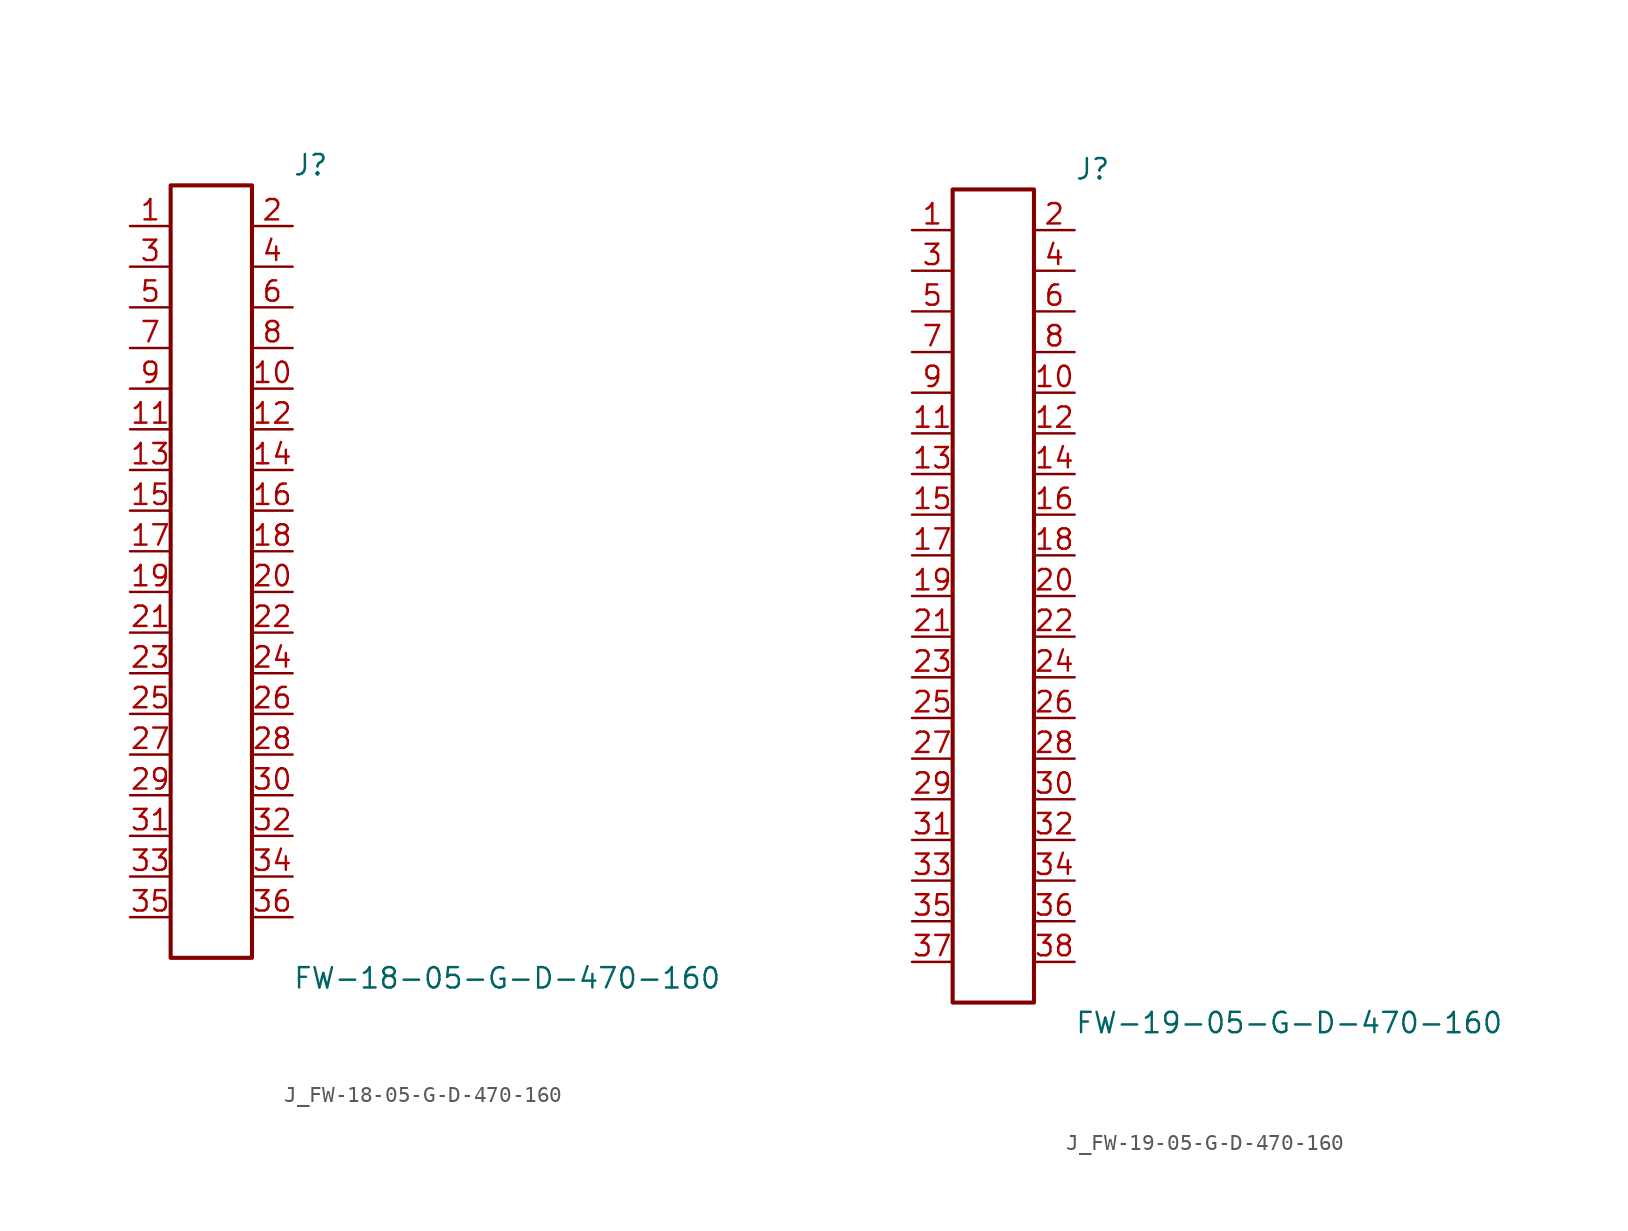
<source format=kicad_sym>
(kicad_symbol_lib
  (version 20231120)
  (generator kicad_symbol_editor)
  (generator_version 8.0)
  (symbol "J_FW-18-05-G-D-470-160"
    (pin_names
      (offset 0.254))
    (property "Reference" "J"
      (at 5.08 25.4 0)
      (effects (font (size 1.27 1.27)) (justify left)))
    (property "Value" "FW-18-05-G-D-470-160"
      (at 5.08 -25.4 0)
      (effects (font (size 1.27 1.27)) (justify left)))
    (symbol "J_FW-18-05-G-D-470-160_0_0"
      (pin unspecified line (at -5.08 21.59 0) (length 2.54) (name "" (effects (font (size 1.27 1.27)))) (number "1" (effects (font (size 1.27 1.27)))))
      (pin unspecified line (at 5.08 21.59 180) (length 2.54) (name "" (effects (font (size 1.27 1.27)))) (number "2" (effects (font (size 1.27 1.27)))))
      (pin unspecified line (at -5.08 19.05 0) (length 2.54) (name "" (effects (font (size 1.27 1.27)))) (number "3" (effects (font (size 1.27 1.27)))))
      (pin unspecified line (at 5.08 19.05 180) (length 2.54) (name "" (effects (font (size 1.27 1.27)))) (number "4" (effects (font (size 1.27 1.27)))))
      (pin unspecified line (at -5.08 16.51 0) (length 2.54) (name "" (effects (font (size 1.27 1.27)))) (number "5" (effects (font (size 1.27 1.27)))))
      (pin unspecified line (at 5.08 16.51 180) (length 2.54) (name "" (effects (font (size 1.27 1.27)))) (number "6" (effects (font (size 1.27 1.27)))))
      (pin unspecified line (at -5.08 13.97 0) (length 2.54) (name "" (effects (font (size 1.27 1.27)))) (number "7" (effects (font (size 1.27 1.27)))))
      (pin unspecified line (at 5.08 13.97 180) (length 2.54) (name "" (effects (font (size 1.27 1.27)))) (number "8" (effects (font (size 1.27 1.27)))))
      (pin unspecified line (at -5.08 11.43 0) (length 2.54) (name "" (effects (font (size 1.27 1.27)))) (number "9" (effects (font (size 1.27 1.27)))))
      (pin unspecified line (at 5.08 11.43 180) (length 2.54) (name "" (effects (font (size 1.27 1.27)))) (number "10" (effects (font (size 1.27 1.27)))))
      (pin unspecified line (at -5.08 8.89 0) (length 2.54) (name "" (effects (font (size 1.27 1.27)))) (number "11" (effects (font (size 1.27 1.27)))))
      (pin unspecified line (at 5.08 8.89 180) (length 2.54) (name "" (effects (font (size 1.27 1.27)))) (number "12" (effects (font (size 1.27 1.27)))))
      (pin unspecified line (at -5.08 6.35 0) (length 2.54) (name "" (effects (font (size 1.27 1.27)))) (number "13" (effects (font (size 1.27 1.27)))))
      (pin unspecified line (at 5.08 6.35 180) (length 2.54) (name "" (effects (font (size 1.27 1.27)))) (number "14" (effects (font (size 1.27 1.27)))))
      (pin unspecified line (at -5.08 3.81 0) (length 2.54) (name "" (effects (font (size 1.27 1.27)))) (number "15" (effects (font (size 1.27 1.27)))))
      (pin unspecified line (at 5.08 3.81 180) (length 2.54) (name "" (effects (font (size 1.27 1.27)))) (number "16" (effects (font (size 1.27 1.27)))))
      (pin unspecified line (at -5.08 1.27 0) (length 2.54) (name "" (effects (font (size 1.27 1.27)))) (number "17" (effects (font (size 1.27 1.27)))))
      (pin unspecified line (at 5.08 1.27 180) (length 2.54) (name "" (effects (font (size 1.27 1.27)))) (number "18" (effects (font (size 1.27 1.27)))))
      (pin unspecified line (at -5.08 -1.27 0) (length 2.54) (name "" (effects (font (size 1.27 1.27)))) (number "19" (effects (font (size 1.27 1.27)))))
      (pin unspecified line (at 5.08 -1.27 180) (length 2.54) (name "" (effects (font (size 1.27 1.27)))) (number "20" (effects (font (size 1.27 1.27)))))
      (pin unspecified line (at -5.08 -3.81 0) (length 2.54) (name "" (effects (font (size 1.27 1.27)))) (number "21" (effects (font (size 1.27 1.27)))))
      (pin unspecified line (at 5.08 -3.81 180) (length 2.54) (name "" (effects (font (size 1.27 1.27)))) (number "22" (effects (font (size 1.27 1.27)))))
      (pin unspecified line (at -5.08 -6.35 0) (length 2.54) (name "" (effects (font (size 1.27 1.27)))) (number "23" (effects (font (size 1.27 1.27)))))
      (pin unspecified line (at 5.08 -6.35 180) (length 2.54) (name "" (effects (font (size 1.27 1.27)))) (number "24" (effects (font (size 1.27 1.27)))))
      (pin unspecified line (at -5.08 -8.89 0) (length 2.54) (name "" (effects (font (size 1.27 1.27)))) (number "25" (effects (font (size 1.27 1.27)))))
      (pin unspecified line (at 5.08 -8.89 180) (length 2.54) (name "" (effects (font (size 1.27 1.27)))) (number "26" (effects (font (size 1.27 1.27)))))
      (pin unspecified line (at -5.08 -11.43 0) (length 2.54) (name "" (effects (font (size 1.27 1.27)))) (number "27" (effects (font (size 1.27 1.27)))))
      (pin unspecified line (at 5.08 -11.43 180) (length 2.54) (name "" (effects (font (size 1.27 1.27)))) (number "28" (effects (font (size 1.27 1.27)))))
      (pin unspecified line (at -5.08 -13.97 0) (length 2.54) (name "" (effects (font (size 1.27 1.27)))) (number "29" (effects (font (size 1.27 1.27)))))
      (pin unspecified line (at 5.08 -13.97 180) (length 2.54) (name "" (effects (font (size 1.27 1.27)))) (number "30" (effects (font (size 1.27 1.27)))))
      (pin unspecified line (at -5.08 -16.51 0) (length 2.54) (name "" (effects (font (size 1.27 1.27)))) (number "31" (effects (font (size 1.27 1.27)))))
      (pin unspecified line (at 5.08 -16.51 180) (length 2.54) (name "" (effects (font (size 1.27 1.27)))) (number "32" (effects (font (size 1.27 1.27)))))
      (pin unspecified line (at -5.08 -19.05 0) (length 2.54) (name "" (effects (font (size 1.27 1.27)))) (number "33" (effects (font (size 1.27 1.27)))))
      (pin unspecified line (at 5.08 -19.05 180) (length 2.54) (name "" (effects (font (size 1.27 1.27)))) (number "34" (effects (font (size 1.27 1.27)))))
      (pin unspecified line (at -5.08 -21.59 0) (length 2.54) (name "" (effects (font (size 1.27 1.27)))) (number "35" (effects (font (size 1.27 1.27)))))
      (pin unspecified line (at 5.08 -21.59 180) (length 2.54) (name "" (effects (font (size 1.27 1.27)))) (number "36" (effects (font (size 1.27 1.27))))))
    (symbol "J_FW-18-05-G-D-470-160_1_0"
      (rectangle (start -2.54 24.13) (end 2.54 -24.13) (stroke (width 0.254) (type solid)) (fill (type none)))))
  (symbol "J_FW-19-05-G-D-470-160"
    (pin_names
      (offset 0.254))
    (property "Reference" "J"
      (at 5.08 26.67 0)
      (effects (font (size 1.27 1.27)) (justify left)))
    (property "Value" "FW-19-05-G-D-470-160"
      (at 5.08 -26.67 0)
      (effects (font (size 1.27 1.27)) (justify left)))
    (symbol "J_FW-19-05-G-D-470-160_0_0"
      (pin unspecified line (at -5.08 22.86 0) (length 2.54) (name "" (effects (font (size 1.27 1.27)))) (number "1" (effects (font (size 1.27 1.27)))))
      (pin unspecified line (at 5.08 22.86 180) (length 2.54) (name "" (effects (font (size 1.27 1.27)))) (number "2" (effects (font (size 1.27 1.27)))))
      (pin unspecified line (at -5.08 20.32 0) (length 2.54) (name "" (effects (font (size 1.27 1.27)))) (number "3" (effects (font (size 1.27 1.27)))))
      (pin unspecified line (at 5.08 20.32 180) (length 2.54) (name "" (effects (font (size 1.27 1.27)))) (number "4" (effects (font (size 1.27 1.27)))))
      (pin unspecified line (at -5.08 17.78 0) (length 2.54) (name "" (effects (font (size 1.27 1.27)))) (number "5" (effects (font (size 1.27 1.27)))))
      (pin unspecified line (at 5.08 17.78 180) (length 2.54) (name "" (effects (font (size 1.27 1.27)))) (number "6" (effects (font (size 1.27 1.27)))))
      (pin unspecified line (at -5.08 15.24 0) (length 2.54) (name "" (effects (font (size 1.27 1.27)))) (number "7" (effects (font (size 1.27 1.27)))))
      (pin unspecified line (at 5.08 15.24 180) (length 2.54) (name "" (effects (font (size 1.27 1.27)))) (number "8" (effects (font (size 1.27 1.27)))))
      (pin unspecified line (at -5.08 12.7 0) (length 2.54) (name "" (effects (font (size 1.27 1.27)))) (number "9" (effects (font (size 1.27 1.27)))))
      (pin unspecified line (at 5.08 12.7 180) (length 2.54) (name "" (effects (font (size 1.27 1.27)))) (number "10" (effects (font (size 1.27 1.27)))))
      (pin unspecified line (at -5.08 10.16 0) (length 2.54) (name "" (effects (font (size 1.27 1.27)))) (number "11" (effects (font (size 1.27 1.27)))))
      (pin unspecified line (at 5.08 10.16 180) (length 2.54) (name "" (effects (font (size 1.27 1.27)))) (number "12" (effects (font (size 1.27 1.27)))))
      (pin unspecified line (at -5.08 7.62 0) (length 2.54) (name "" (effects (font (size 1.27 1.27)))) (number "13" (effects (font (size 1.27 1.27)))))
      (pin unspecified line (at 5.08 7.62 180) (length 2.54) (name "" (effects (font (size 1.27 1.27)))) (number "14" (effects (font (size 1.27 1.27)))))
      (pin unspecified line (at -5.08 5.08 0) (length 2.54) (name "" (effects (font (size 1.27 1.27)))) (number "15" (effects (font (size 1.27 1.27)))))
      (pin unspecified line (at 5.08 5.08 180) (length 2.54) (name "" (effects (font (size 1.27 1.27)))) (number "16" (effects (font (size 1.27 1.27)))))
      (pin unspecified line (at -5.08 2.54 0) (length 2.54) (name "" (effects (font (size 1.27 1.27)))) (number "17" (effects (font (size 1.27 1.27)))))
      (pin unspecified line (at 5.08 2.54 180) (length 2.54) (name "" (effects (font (size 1.27 1.27)))) (number "18" (effects (font (size 1.27 1.27)))))
      (pin unspecified line (at -5.08 0.0 0) (length 2.54) (name "" (effects (font (size 1.27 1.27)))) (number "19" (effects (font (size 1.27 1.27)))))
      (pin unspecified line (at 5.08 0.0 180) (length 2.54) (name "" (effects (font (size 1.27 1.27)))) (number "20" (effects (font (size 1.27 1.27)))))
      (pin unspecified line (at -5.08 -2.54 0) (length 2.54) (name "" (effects (font (size 1.27 1.27)))) (number "21" (effects (font (size 1.27 1.27)))))
      (pin unspecified line (at 5.08 -2.54 180) (length 2.54) (name "" (effects (font (size 1.27 1.27)))) (number "22" (effects (font (size 1.27 1.27)))))
      (pin unspecified line (at -5.08 -5.08 0) (length 2.54) (name "" (effects (font (size 1.27 1.27)))) (number "23" (effects (font (size 1.27 1.27)))))
      (pin unspecified line (at 5.08 -5.08 180) (length 2.54) (name "" (effects (font (size 1.27 1.27)))) (number "24" (effects (font (size 1.27 1.27)))))
      (pin unspecified line (at -5.08 -7.62 0) (length 2.54) (name "" (effects (font (size 1.27 1.27)))) (number "25" (effects (font (size 1.27 1.27)))))
      (pin unspecified line (at 5.08 -7.62 180) (length 2.54) (name "" (effects (font (size 1.27 1.27)))) (number "26" (effects (font (size 1.27 1.27)))))
      (pin unspecified line (at -5.08 -10.16 0) (length 2.54) (name "" (effects (font (size 1.27 1.27)))) (number "27" (effects (font (size 1.27 1.27)))))
      (pin unspecified line (at 5.08 -10.16 180) (length 2.54) (name "" (effects (font (size 1.27 1.27)))) (number "28" (effects (font (size 1.27 1.27)))))
      (pin unspecified line (at -5.08 -12.7 0) (length 2.54) (name "" (effects (font (size 1.27 1.27)))) (number "29" (effects (font (size 1.27 1.27)))))
      (pin unspecified line (at 5.08 -12.7 180) (length 2.54) (name "" (effects (font (size 1.27 1.27)))) (number "30" (effects (font (size 1.27 1.27)))))
      (pin unspecified line (at -5.08 -15.24 0) (length 2.54) (name "" (effects (font (size 1.27 1.27)))) (number "31" (effects (font (size 1.27 1.27)))))
      (pin unspecified line (at 5.08 -15.24 180) (length 2.54) (name "" (effects (font (size 1.27 1.27)))) (number "32" (effects (font (size 1.27 1.27)))))
      (pin unspecified line (at -5.08 -17.78 0) (length 2.54) (name "" (effects (font (size 1.27 1.27)))) (number "33" (effects (font (size 1.27 1.27)))))
      (pin unspecified line (at 5.08 -17.78 180) (length 2.54) (name "" (effects (font (size 1.27 1.27)))) (number "34" (effects (font (size 1.27 1.27)))))
      (pin unspecified line (at -5.08 -20.32 0) (length 2.54) (name "" (effects (font (size 1.27 1.27)))) (number "35" (effects (font (size 1.27 1.27)))))
      (pin unspecified line (at 5.08 -20.32 180) (length 2.54) (name "" (effects (font (size 1.27 1.27)))) (number "36" (effects (font (size 1.27 1.27)))))
      (pin unspecified line (at -5.08 -22.86 0) (length 2.54) (name "" (effects (font (size 1.27 1.27)))) (number "37" (effects (font (size 1.27 1.27)))))
      (pin unspecified line (at 5.08 -22.86 180) (length 2.54) (name "" (effects (font (size 1.27 1.27)))) (number "38" (effects (font (size 1.27 1.27))))))
    (symbol "J_FW-19-05-G-D-470-160_1_0"
      (rectangle (start -2.54 25.4) (end 2.54 -25.4) (stroke (width 0.254) (type solid)) (fill (type none))))))
</source>
